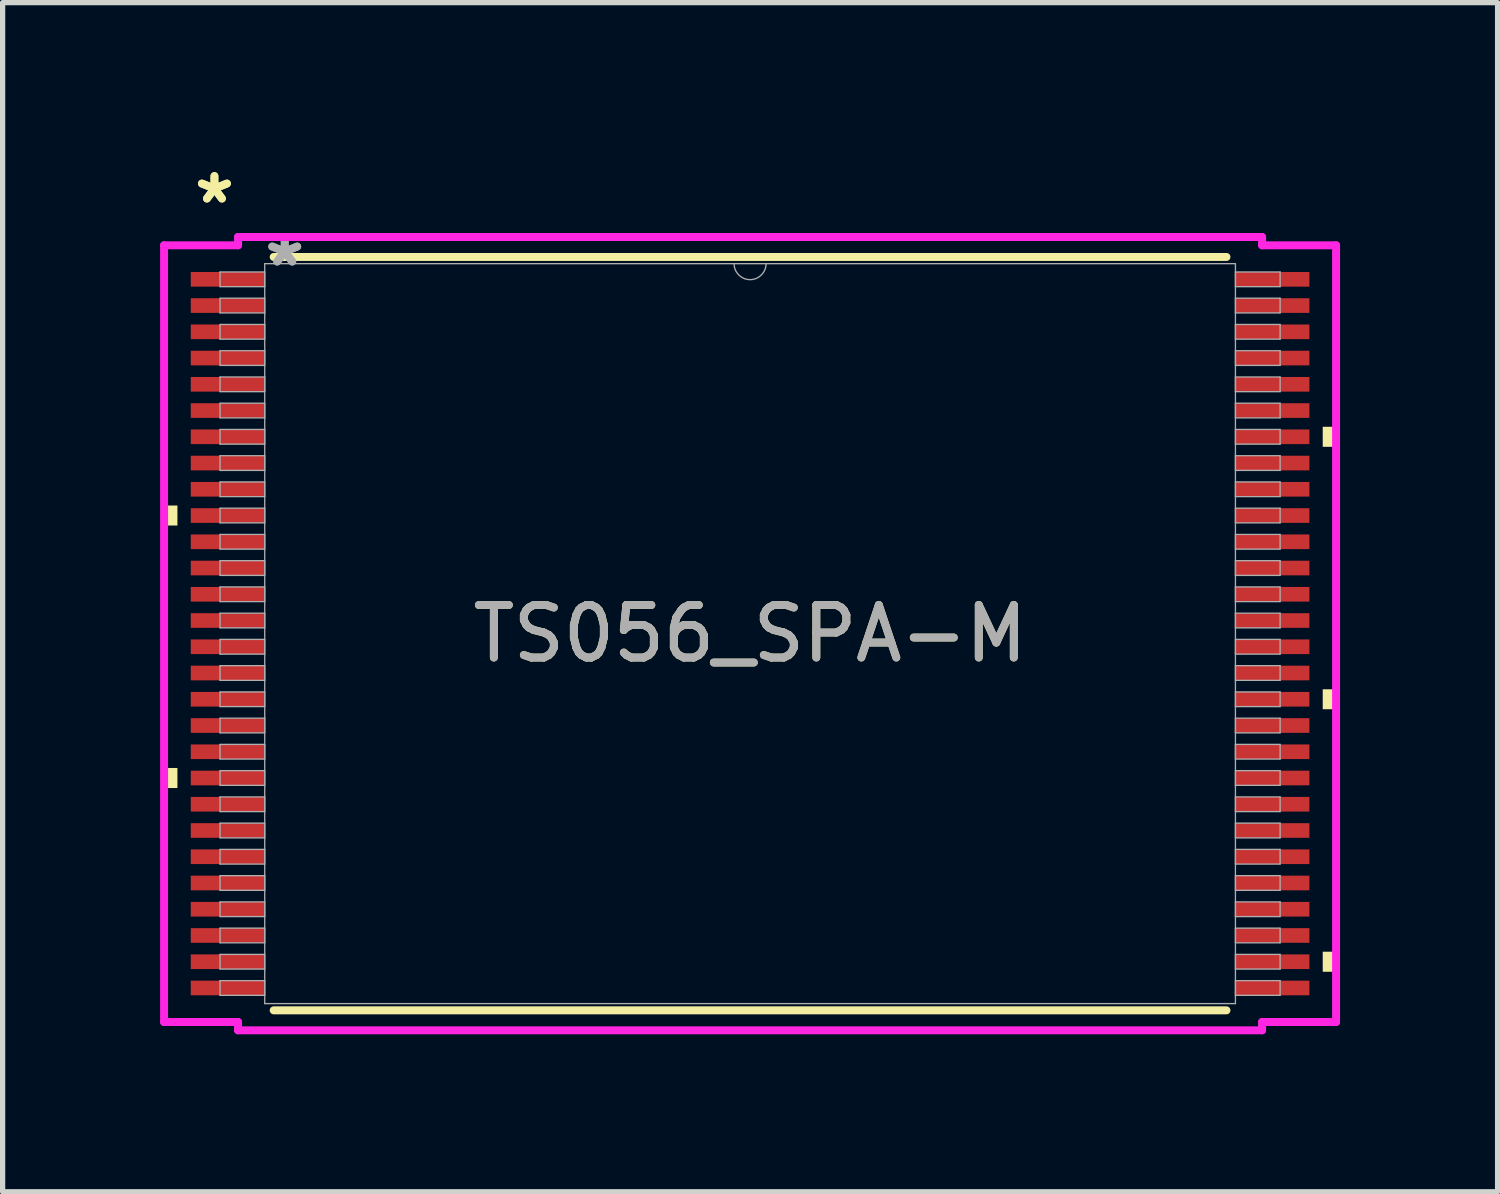
<source format=kicad_pcb>
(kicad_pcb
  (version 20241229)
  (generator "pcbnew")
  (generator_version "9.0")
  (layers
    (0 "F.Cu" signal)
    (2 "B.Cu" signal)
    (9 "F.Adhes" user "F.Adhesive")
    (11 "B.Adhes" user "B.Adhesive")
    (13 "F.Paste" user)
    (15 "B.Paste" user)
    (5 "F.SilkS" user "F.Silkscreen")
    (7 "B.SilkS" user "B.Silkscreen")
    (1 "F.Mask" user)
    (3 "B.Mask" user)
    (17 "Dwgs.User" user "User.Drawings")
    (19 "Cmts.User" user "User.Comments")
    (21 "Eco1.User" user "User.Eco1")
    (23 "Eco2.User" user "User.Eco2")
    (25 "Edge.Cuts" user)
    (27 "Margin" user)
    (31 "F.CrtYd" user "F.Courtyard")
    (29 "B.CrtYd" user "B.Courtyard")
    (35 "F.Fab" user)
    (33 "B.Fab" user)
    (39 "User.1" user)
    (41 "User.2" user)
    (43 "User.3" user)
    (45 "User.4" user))
  (footprint "TS056_SPA-M"
    (layer "F.Cu")
    (at 11.239 9.021)
    (property "Reference" "TS056_SPA-M" (at 0 0 0) (unlocked yes) (layer "F.SilkS") (effects (font (size 1 1) (thickness 0.15))))
    (attr smd)
    (fp_line (start -9.075 7.176) (end 9.075 7.176) (stroke (width 0.152) (type solid)) (layer "F.SilkS"))
    (fp_line (start 9.075 -7.176) (end -9.075 -7.176) (stroke (width 0.152) (type solid)) (layer "F.SilkS"))
    (fp_poly (pts (xy -11.163 -2.441) (xy -11.163 -2.06) (xy -10.909 -2.06) (xy -10.909 -2.441)) (stroke (width 0) (type solid)) (fill yes) (layer "F.SilkS"))
    (fp_poly (pts (xy -11.163 2.559) (xy -11.163 2.941) (xy -10.909 2.941) (xy -10.909 2.559)) (stroke (width 0) (type solid)) (fill yes) (layer "F.SilkS"))
    (fp_poly (pts (xy 11.163 -3.941) (xy 11.163 -3.559) (xy 10.909 -3.559) (xy 10.909 -3.941)) (stroke (width 0) (type solid)) (fill yes) (layer "F.SilkS"))
    (fp_poly (pts (xy 11.163 1.06) (xy 11.163 1.44) (xy 10.909 1.44) (xy 10.909 1.06)) (stroke (width 0) (type solid)) (fill yes) (layer "F.SilkS"))
    (fp_poly (pts (xy 11.163 6.059) (xy 11.163 6.441) (xy 10.909 6.441) (xy 10.909 6.059)) (stroke (width 0) (type solid)) (fill yes) (layer "F.SilkS"))
    (fp_line (start -11.163 -7.398) (end -9.754 -7.398) (stroke (width 0.152) (type solid)) (layer "F.CrtYd"))
    (fp_line (start -11.163 7.398) (end -11.163 -7.398) (stroke (width 0.152) (type solid)) (layer "F.CrtYd"))
    (fp_line (start -11.163 7.398) (end -9.754 7.398) (stroke (width 0.152) (type solid)) (layer "F.CrtYd"))
    (fp_line (start -9.754 -7.556) (end 9.754 -7.556) (stroke (width 0.152) (type solid)) (layer "F.CrtYd"))
    (fp_line (start -9.754 -7.398) (end -9.754 -7.556) (stroke (width 0.152) (type solid)) (layer "F.CrtYd"))
    (fp_line (start -9.754 7.556) (end -9.754 7.398) (stroke (width 0.152) (type solid)) (layer "F.CrtYd"))
    (fp_line (start 9.754 -7.556) (end 9.754 -7.398) (stroke (width 0.152) (type solid)) (layer "F.CrtYd"))
    (fp_line (start 9.754 7.398) (end 9.754 7.556) (stroke (width 0.152) (type solid)) (layer "F.CrtYd"))
    (fp_line (start 9.754 7.556) (end -9.754 7.556) (stroke (width 0.152) (type solid)) (layer "F.CrtYd"))
    (fp_line (start 11.163 -7.398) (end 9.754 -7.398) (stroke (width 0.152) (type solid)) (layer "F.CrtYd"))
    (fp_line (start 11.163 -7.398) (end 11.163 7.398) (stroke (width 0.152) (type solid)) (layer "F.CrtYd"))
    (fp_line (start 11.163 7.398) (end 9.754 7.398) (stroke (width 0.152) (type solid)) (layer "F.CrtYd"))
    (fp_line (start -10.097 -6.89) (end -10.097 -6.61) (stroke (width 0.025) (type solid)) (layer "F.Fab"))
    (fp_line (start -10.097 -6.61) (end -9.246 -6.61) (stroke (width 0.025) (type solid)) (layer "F.Fab"))
    (fp_line (start -10.097 -6.39) (end -10.097 -6.11) (stroke (width 0.025) (type solid)) (layer "F.Fab"))
    (fp_line (start -10.097 -6.11) (end -9.246 -6.11) (stroke (width 0.025) (type solid)) (layer "F.Fab"))
    (fp_line (start -10.097 -5.89) (end -10.097 -5.61) (stroke (width 0.025) (type solid)) (layer "F.Fab"))
    (fp_line (start -10.097 -5.61) (end -9.246 -5.61) (stroke (width 0.025) (type solid)) (layer "F.Fab"))
    (fp_line (start -10.097 -5.39) (end -10.097 -5.11) (stroke (width 0.025) (type solid)) (layer "F.Fab"))
    (fp_line (start -10.097 -5.11) (end -9.246 -5.11) (stroke (width 0.025) (type solid)) (layer "F.Fab"))
    (fp_line (start -10.097 -4.89) (end -10.097 -4.61) (stroke (width 0.025) (type solid)) (layer "F.Fab"))
    (fp_line (start -10.097 -4.61) (end -9.246 -4.61) (stroke (width 0.025) (type solid)) (layer "F.Fab"))
    (fp_line (start -10.097 -4.39) (end -10.097 -4.11) (stroke (width 0.025) (type solid)) (layer "F.Fab"))
    (fp_line (start -10.097 -4.11) (end -9.246 -4.11) (stroke (width 0.025) (type solid)) (layer "F.Fab"))
    (fp_line (start -10.097 -3.89) (end -10.097 -3.61) (stroke (width 0.025) (type solid)) (layer "F.Fab"))
    (fp_line (start -10.097 -3.61) (end -9.246 -3.61) (stroke (width 0.025) (type solid)) (layer "F.Fab"))
    (fp_line (start -10.097 -3.39) (end -10.097 -3.11) (stroke (width 0.025) (type solid)) (layer "F.Fab"))
    (fp_line (start -10.097 -3.11) (end -9.246 -3.11) (stroke (width 0.025) (type solid)) (layer "F.Fab"))
    (fp_line (start -10.097 -2.89) (end -10.097 -2.61) (stroke (width 0.025) (type solid)) (layer "F.Fab"))
    (fp_line (start -10.097 -2.61) (end -9.246 -2.61) (stroke (width 0.025) (type solid)) (layer "F.Fab"))
    (fp_line (start -10.097 -2.39) (end -10.097 -2.11) (stroke (width 0.025) (type solid)) (layer "F.Fab"))
    (fp_line (start -10.097 -2.11) (end -9.246 -2.11) (stroke (width 0.025) (type solid)) (layer "F.Fab"))
    (fp_line (start -10.097 -1.89) (end -10.097 -1.61) (stroke (width 0.025) (type solid)) (layer "F.Fab"))
    (fp_line (start -10.097 -1.61) (end -9.246 -1.61) (stroke (width 0.025) (type solid)) (layer "F.Fab"))
    (fp_line (start -10.097 -1.39) (end -10.097 -1.11) (stroke (width 0.025) (type solid)) (layer "F.Fab"))
    (fp_line (start -10.097 -1.11) (end -9.246 -1.11) (stroke (width 0.025) (type solid)) (layer "F.Fab"))
    (fp_line (start -10.097 -0.89) (end -10.097 -0.61) (stroke (width 0.025) (type solid)) (layer "F.Fab"))
    (fp_line (start -10.097 -0.61) (end -9.246 -0.61) (stroke (width 0.025) (type solid)) (layer "F.Fab"))
    (fp_line (start -10.097 -0.39) (end -10.097 -0.11) (stroke (width 0.025) (type solid)) (layer "F.Fab"))
    (fp_line (start -10.097 -0.11) (end -9.246 -0.11) (stroke (width 0.025) (type solid)) (layer "F.Fab"))
    (fp_line (start -10.097 0.11) (end -10.097 0.39) (stroke (width 0.025) (type solid)) (layer "F.Fab"))
    (fp_line (start -10.097 0.39) (end -9.246 0.39) (stroke (width 0.025) (type solid)) (layer "F.Fab"))
    (fp_line (start -10.097 0.61) (end -10.097 0.89) (stroke (width 0.025) (type solid)) (layer "F.Fab"))
    (fp_line (start -10.097 0.89) (end -9.246 0.89) (stroke (width 0.025) (type solid)) (layer "F.Fab"))
    (fp_line (start -10.097 1.11) (end -10.097 1.39) (stroke (width 0.025) (type solid)) (layer "F.Fab"))
    (fp_line (start -10.097 1.39) (end -9.246 1.39) (stroke (width 0.025) (type solid)) (layer "F.Fab"))
    (fp_line (start -10.097 1.61) (end -10.097 1.89) (stroke (width 0.025) (type solid)) (layer "F.Fab"))
    (fp_line (start -10.097 1.89) (end -9.246 1.89) (stroke (width 0.025) (type solid)) (layer "F.Fab"))
    (fp_line (start -10.097 2.11) (end -10.097 2.39) (stroke (width 0.025) (type solid)) (layer "F.Fab"))
    (fp_line (start -10.097 2.39) (end -9.246 2.39) (stroke (width 0.025) (type solid)) (layer "F.Fab"))
    (fp_line (start -10.097 2.61) (end -10.097 2.89) (stroke (width 0.025) (type solid)) (layer "F.Fab"))
    (fp_line (start -10.097 2.89) (end -9.246 2.89) (stroke (width 0.025) (type solid)) (layer "F.Fab"))
    (fp_line (start -10.097 3.11) (end -10.097 3.39) (stroke (width 0.025) (type solid)) (layer "F.Fab"))
    (fp_line (start -10.097 3.39) (end -9.246 3.39) (stroke (width 0.025) (type solid)) (layer "F.Fab"))
    (fp_line (start -10.097 3.61) (end -10.097 3.89) (stroke (width 0.025) (type solid)) (layer "F.Fab"))
    (fp_line (start -10.097 3.89) (end -9.246 3.89) (stroke (width 0.025) (type solid)) (layer "F.Fab"))
    (fp_line (start -10.097 4.11) (end -10.097 4.39) (stroke (width 0.025) (type solid)) (layer "F.Fab"))
    (fp_line (start -10.097 4.39) (end -9.246 4.39) (stroke (width 0.025) (type solid)) (layer "F.Fab"))
    (fp_line (start -10.097 4.61) (end -10.097 4.89) (stroke (width 0.025) (type solid)) (layer "F.Fab"))
    (fp_line (start -10.097 4.89) (end -9.246 4.89) (stroke (width 0.025) (type solid)) (layer "F.Fab"))
    (fp_line (start -10.097 5.11) (end -10.097 5.39) (stroke (width 0.025) (type solid)) (layer "F.Fab"))
    (fp_line (start -10.097 5.39) (end -9.246 5.39) (stroke (width 0.025) (type solid)) (layer "F.Fab"))
    (fp_line (start -10.097 5.61) (end -10.097 5.89) (stroke (width 0.025) (type solid)) (layer "F.Fab"))
    (fp_line (start -10.097 5.89) (end -9.246 5.89) (stroke (width 0.025) (type solid)) (layer "F.Fab"))
    (fp_line (start -10.097 6.11) (end -10.097 6.39) (stroke (width 0.025) (type solid)) (layer "F.Fab"))
    (fp_line (start -10.097 6.39) (end -9.246 6.39) (stroke (width 0.025) (type solid)) (layer "F.Fab"))
    (fp_line (start -10.097 6.61) (end -10.097 6.89) (stroke (width 0.025) (type solid)) (layer "F.Fab"))
    (fp_line (start -10.097 6.89) (end -9.246 6.89) (stroke (width 0.025) (type solid)) (layer "F.Fab"))
    (fp_line (start -9.246 -7.048) (end -9.246 7.048) (stroke (width 0.025) (type solid)) (layer "F.Fab"))
    (fp_line (start -9.246 -6.89) (end -10.097 -6.89) (stroke (width 0.025) (type solid)) (layer "F.Fab"))
    (fp_line (start -9.246 -6.61) (end -9.246 -6.89) (stroke (width 0.025) (type solid)) (layer "F.Fab"))
    (fp_line (start -9.246 -6.39) (end -10.097 -6.39) (stroke (width 0.025) (type solid)) (layer "F.Fab"))
    (fp_line (start -9.246 -6.11) (end -9.246 -6.39) (stroke (width 0.025) (type solid)) (layer "F.Fab"))
    (fp_line (start -9.246 -5.89) (end -10.097 -5.89) (stroke (width 0.025) (type solid)) (layer "F.Fab"))
    (fp_line (start -9.246 -5.61) (end -9.246 -5.89) (stroke (width 0.025) (type solid)) (layer "F.Fab"))
    (fp_line (start -9.246 -5.39) (end -10.097 -5.39) (stroke (width 0.025) (type solid)) (layer "F.Fab"))
    (fp_line (start -9.246 -5.11) (end -9.246 -5.39) (stroke (width 0.025) (type solid)) (layer "F.Fab"))
    (fp_line (start -9.246 -4.89) (end -10.097 -4.89) (stroke (width 0.025) (type solid)) (layer "F.Fab"))
    (fp_line (start -9.246 -4.61) (end -9.246 -4.89) (stroke (width 0.025) (type solid)) (layer "F.Fab"))
    (fp_line (start -9.246 -4.39) (end -10.097 -4.39) (stroke (width 0.025) (type solid)) (layer "F.Fab"))
    (fp_line (start -9.246 -4.11) (end -9.246 -4.39) (stroke (width 0.025) (type solid)) (layer "F.Fab"))
    (fp_line (start -9.246 -3.89) (end -10.097 -3.89) (stroke (width 0.025) (type solid)) (layer "F.Fab"))
    (fp_line (start -9.246 -3.61) (end -9.246 -3.89) (stroke (width 0.025) (type solid)) (layer "F.Fab"))
    (fp_line (start -9.246 -3.39) (end -10.097 -3.39) (stroke (width 0.025) (type solid)) (layer "F.Fab"))
    (fp_line (start -9.246 -3.11) (end -9.246 -3.39) (stroke (width 0.025) (type solid)) (layer "F.Fab"))
    (fp_line (start -9.246 -2.89) (end -10.097 -2.89) (stroke (width 0.025) (type solid)) (layer "F.Fab"))
    (fp_line (start -9.246 -2.61) (end -9.246 -2.89) (stroke (width 0.025) (type solid)) (layer "F.Fab"))
    (fp_line (start -9.246 -2.39) (end -10.097 -2.39) (stroke (width 0.025) (type solid)) (layer "F.Fab"))
    (fp_line (start -9.246 -2.11) (end -9.246 -2.39) (stroke (width 0.025) (type solid)) (layer "F.Fab"))
    (fp_line (start -9.246 -1.89) (end -10.097 -1.89) (stroke (width 0.025) (type solid)) (layer "F.Fab"))
    (fp_line (start -9.246 -1.61) (end -9.246 -1.89) (stroke (width 0.025) (type solid)) (layer "F.Fab"))
    (fp_line (start -9.246 -1.39) (end -10.097 -1.39) (stroke (width 0.025) (type solid)) (layer "F.Fab"))
    (fp_line (start -9.246 -1.11) (end -9.246 -1.39) (stroke (width 0.025) (type solid)) (layer "F.Fab"))
    (fp_line (start -9.246 -0.89) (end -10.097 -0.89) (stroke (width 0.025) (type solid)) (layer "F.Fab"))
    (fp_line (start -9.246 -0.61) (end -9.246 -0.89) (stroke (width 0.025) (type solid)) (layer "F.Fab"))
    (fp_line (start -9.246 -0.39) (end -10.097 -0.39) (stroke (width 0.025) (type solid)) (layer "F.Fab"))
    (fp_line (start -9.246 -0.11) (end -9.246 -0.39) (stroke (width 0.025) (type solid)) (layer "F.Fab"))
    (fp_line (start -9.246 0.11) (end -10.097 0.11) (stroke (width 0.025) (type solid)) (layer "F.Fab"))
    (fp_line (start -9.246 0.39) (end -9.246 0.11) (stroke (width 0.025) (type solid)) (layer "F.Fab"))
    (fp_line (start -9.246 0.61) (end -10.097 0.61) (stroke (width 0.025) (type solid)) (layer "F.Fab"))
    (fp_line (start -9.246 0.89) (end -9.246 0.61) (stroke (width 0.025) (type solid)) (layer "F.Fab"))
    (fp_line (start -9.246 1.11) (end -10.097 1.11) (stroke (width 0.025) (type solid)) (layer "F.Fab"))
    (fp_line (start -9.246 1.39) (end -9.246 1.11) (stroke (width 0.025) (type solid)) (layer "F.Fab"))
    (fp_line (start -9.246 1.61) (end -10.097 1.61) (stroke (width 0.025) (type solid)) (layer "F.Fab"))
    (fp_line (start -9.246 1.89) (end -9.246 1.61) (stroke (width 0.025) (type solid)) (layer "F.Fab"))
    (fp_line (start -9.246 2.11) (end -10.097 2.11) (stroke (width 0.025) (type solid)) (layer "F.Fab"))
    (fp_line (start -9.246 2.39) (end -9.246 2.11) (stroke (width 0.025) (type solid)) (layer "F.Fab"))
    (fp_line (start -9.246 2.61) (end -10.097 2.61) (stroke (width 0.025) (type solid)) (layer "F.Fab"))
    (fp_line (start -9.246 2.89) (end -9.246 2.61) (stroke (width 0.025) (type solid)) (layer "F.Fab"))
    (fp_line (start -9.246 3.11) (end -10.097 3.11) (stroke (width 0.025) (type solid)) (layer "F.Fab"))
    (fp_line (start -9.246 3.39) (end -9.246 3.11) (stroke (width 0.025) (type solid)) (layer "F.Fab"))
    (fp_line (start -9.246 3.61) (end -10.097 3.61) (stroke (width 0.025) (type solid)) (layer "F.Fab"))
    (fp_line (start -9.246 3.89) (end -9.246 3.61) (stroke (width 0.025) (type solid)) (layer "F.Fab"))
    (fp_line (start -9.246 4.11) (end -10.097 4.11) (stroke (width 0.025) (type solid)) (layer "F.Fab"))
    (fp_line (start -9.246 4.39) (end -9.246 4.11) (stroke (width 0.025) (type solid)) (layer "F.Fab"))
    (fp_line (start -9.246 4.61) (end -10.097 4.61) (stroke (width 0.025) (type solid)) (layer "F.Fab"))
    (fp_line (start -9.246 4.89) (end -9.246 4.61) (stroke (width 0.025) (type solid)) (layer "F.Fab"))
    (fp_line (start -9.246 5.11) (end -10.097 5.11) (stroke (width 0.025) (type solid)) (layer "F.Fab"))
    (fp_line (start -9.246 5.39) (end -9.246 5.11) (stroke (width 0.025) (type solid)) (layer "F.Fab"))
    (fp_line (start -9.246 5.61) (end -10.097 5.61) (stroke (width 0.025) (type solid)) (layer "F.Fab"))
    (fp_line (start -9.246 5.89) (end -9.246 5.61) (stroke (width 0.025) (type solid)) (layer "F.Fab"))
    (fp_line (start -9.246 6.11) (end -10.097 6.11) (stroke (width 0.025) (type solid)) (layer "F.Fab"))
    (fp_line (start -9.246 6.39) (end -9.246 6.11) (stroke (width 0.025) (type solid)) (layer "F.Fab"))
    (fp_line (start -9.246 6.61) (end -10.097 6.61) (stroke (width 0.025) (type solid)) (layer "F.Fab"))
    (fp_line (start -9.246 6.89) (end -9.246 6.61) (stroke (width 0.025) (type solid)) (layer "F.Fab"))
    (fp_line (start -9.246 7.048) (end 9.246 7.048) (stroke (width 0.025) (type solid)) (layer "F.Fab"))
    (fp_line (start 9.246 -7.048) (end -9.246 -7.048) (stroke (width 0.025) (type solid)) (layer "F.Fab"))
    (fp_line (start 9.246 -6.89) (end 9.246 -6.61) (stroke (width 0.025) (type solid)) (layer "F.Fab"))
    (fp_line (start 9.246 -6.61) (end 10.097 -6.61) (stroke (width 0.025) (type solid)) (layer "F.Fab"))
    (fp_line (start 9.246 -6.39) (end 9.246 -6.11) (stroke (width 0.025) (type solid)) (layer "F.Fab"))
    (fp_line (start 9.246 -6.11) (end 10.097 -6.11) (stroke (width 0.025) (type solid)) (layer "F.Fab"))
    (fp_line (start 9.246 -5.89) (end 9.246 -5.61) (stroke (width 0.025) (type solid)) (layer "F.Fab"))
    (fp_line (start 9.246 -5.61) (end 10.097 -5.61) (stroke (width 0.025) (type solid)) (layer "F.Fab"))
    (fp_line (start 9.246 -5.39) (end 9.246 -5.11) (stroke (width 0.025) (type solid)) (layer "F.Fab"))
    (fp_line (start 9.246 -5.11) (end 10.097 -5.11) (stroke (width 0.025) (type solid)) (layer "F.Fab"))
    (fp_line (start 9.246 -4.89) (end 9.246 -4.61) (stroke (width 0.025) (type solid)) (layer "F.Fab"))
    (fp_line (start 9.246 -4.61) (end 10.097 -4.61) (stroke (width 0.025) (type solid)) (layer "F.Fab"))
    (fp_line (start 9.246 -4.39) (end 9.246 -4.11) (stroke (width 0.025) (type solid)) (layer "F.Fab"))
    (fp_line (start 9.246 -4.11) (end 10.097 -4.11) (stroke (width 0.025) (type solid)) (layer "F.Fab"))
    (fp_line (start 9.246 -3.89) (end 9.246 -3.61) (stroke (width 0.025) (type solid)) (layer "F.Fab"))
    (fp_line (start 9.246 -3.61) (end 10.097 -3.61) (stroke (width 0.025) (type solid)) (layer "F.Fab"))
    (fp_line (start 9.246 -3.39) (end 9.246 -3.11) (stroke (width 0.025) (type solid)) (layer "F.Fab"))
    (fp_line (start 9.246 -3.11) (end 10.097 -3.11) (stroke (width 0.025) (type solid)) (layer "F.Fab"))
    (fp_line (start 9.246 -2.89) (end 9.246 -2.61) (stroke (width 0.025) (type solid)) (layer "F.Fab"))
    (fp_line (start 9.246 -2.61) (end 10.097 -2.61) (stroke (width 0.025) (type solid)) (layer "F.Fab"))
    (fp_line (start 9.246 -2.39) (end 9.246 -2.11) (stroke (width 0.025) (type solid)) (layer "F.Fab"))
    (fp_line (start 9.246 -2.11) (end 10.097 -2.11) (stroke (width 0.025) (type solid)) (layer "F.Fab"))
    (fp_line (start 9.246 -1.89) (end 9.246 -1.61) (stroke (width 0.025) (type solid)) (layer "F.Fab"))
    (fp_line (start 9.246 -1.61) (end 10.097 -1.61) (stroke (width 0.025) (type solid)) (layer "F.Fab"))
    (fp_line (start 9.246 -1.39) (end 9.246 -1.11) (stroke (width 0.025) (type solid)) (layer "F.Fab"))
    (fp_line (start 9.246 -1.11) (end 10.097 -1.11) (stroke (width 0.025) (type solid)) (layer "F.Fab"))
    (fp_line (start 9.246 -0.89) (end 9.246 -0.61) (stroke (width 0.025) (type solid)) (layer "F.Fab"))
    (fp_line (start 9.246 -0.61) (end 10.097 -0.61) (stroke (width 0.025) (type solid)) (layer "F.Fab"))
    (fp_line (start 9.246 -0.39) (end 9.246 -0.11) (stroke (width 0.025) (type solid)) (layer "F.Fab"))
    (fp_line (start 9.246 -0.11) (end 10.097 -0.11) (stroke (width 0.025) (type solid)) (layer "F.Fab"))
    (fp_line (start 9.246 0.11) (end 9.246 0.39) (stroke (width 0.025) (type solid)) (layer "F.Fab"))
    (fp_line (start 9.246 0.39) (end 10.097 0.39) (stroke (width 0.025) (type solid)) (layer "F.Fab"))
    (fp_line (start 9.246 0.61) (end 9.246 0.89) (stroke (width 0.025) (type solid)) (layer "F.Fab"))
    (fp_line (start 9.246 0.89) (end 10.097 0.89) (stroke (width 0.025) (type solid)) (layer "F.Fab"))
    (fp_line (start 9.246 1.11) (end 9.246 1.39) (stroke (width 0.025) (type solid)) (layer "F.Fab"))
    (fp_line (start 9.246 1.39) (end 10.097 1.39) (stroke (width 0.025) (type solid)) (layer "F.Fab"))
    (fp_line (start 9.246 1.61) (end 9.246 1.89) (stroke (width 0.025) (type solid)) (layer "F.Fab"))
    (fp_line (start 9.246 1.89) (end 10.097 1.89) (stroke (width 0.025) (type solid)) (layer "F.Fab"))
    (fp_line (start 9.246 2.11) (end 9.246 2.39) (stroke (width 0.025) (type solid)) (layer "F.Fab"))
    (fp_line (start 9.246 2.39) (end 10.097 2.39) (stroke (width 0.025) (type solid)) (layer "F.Fab"))
    (fp_line (start 9.246 2.61) (end 9.246 2.89) (stroke (width 0.025) (type solid)) (layer "F.Fab"))
    (fp_line (start 9.246 2.89) (end 10.097 2.89) (stroke (width 0.025) (type solid)) (layer "F.Fab"))
    (fp_line (start 9.246 3.11) (end 9.246 3.39) (stroke (width 0.025) (type solid)) (layer "F.Fab"))
    (fp_line (start 9.246 3.39) (end 10.097 3.39) (stroke (width 0.025) (type solid)) (layer "F.Fab"))
    (fp_line (start 9.246 3.61) (end 9.246 3.89) (stroke (width 0.025) (type solid)) (layer "F.Fab"))
    (fp_line (start 9.246 3.89) (end 10.097 3.89) (stroke (width 0.025) (type solid)) (layer "F.Fab"))
    (fp_line (start 9.246 4.11) (end 9.246 4.39) (stroke (width 0.025) (type solid)) (layer "F.Fab"))
    (fp_line (start 9.246 4.39) (end 10.097 4.39) (stroke (width 0.025) (type solid)) (layer "F.Fab"))
    (fp_line (start 9.246 4.61) (end 9.246 4.89) (stroke (width 0.025) (type solid)) (layer "F.Fab"))
    (fp_line (start 9.246 4.89) (end 10.097 4.89) (stroke (width 0.025) (type solid)) (layer "F.Fab"))
    (fp_line (start 9.246 5.11) (end 9.246 5.39) (stroke (width 0.025) (type solid)) (layer "F.Fab"))
    (fp_line (start 9.246 5.39) (end 10.097 5.39) (stroke (width 0.025) (type solid)) (layer "F.Fab"))
    (fp_line (start 9.246 5.61) (end 9.246 5.89) (stroke (width 0.025) (type solid)) (layer "F.Fab"))
    (fp_line (start 9.246 5.89) (end 10.097 5.89) (stroke (width 0.025) (type solid)) (layer "F.Fab"))
    (fp_line (start 9.246 6.11) (end 9.246 6.39) (stroke (width 0.025) (type solid)) (layer "F.Fab"))
    (fp_line (start 9.246 6.39) (end 10.097 6.39) (stroke (width 0.025) (type solid)) (layer "F.Fab"))
    (fp_line (start 9.246 6.61) (end 9.246 6.89) (stroke (width 0.025) (type solid)) (layer "F.Fab"))
    (fp_line (start 9.246 6.89) (end 10.097 6.89) (stroke (width 0.025) (type solid)) (layer "F.Fab"))
    (fp_line (start 9.246 7.048) (end 9.246 -7.048) (stroke (width 0.025) (type solid)) (layer "F.Fab"))
    (fp_line (start 10.097 -6.89) (end 9.246 -6.89) (stroke (width 0.025) (type solid)) (layer "F.Fab"))
    (fp_line (start 10.097 -6.61) (end 10.097 -6.89) (stroke (width 0.025) (type solid)) (layer "F.Fab"))
    (fp_line (start 10.097 -6.39) (end 9.246 -6.39) (stroke (width 0.025) (type solid)) (layer "F.Fab"))
    (fp_line (start 10.097 -6.11) (end 10.097 -6.39) (stroke (width 0.025) (type solid)) (layer "F.Fab"))
    (fp_line (start 10.097 -5.89) (end 9.246 -5.89) (stroke (width 0.025) (type solid)) (layer "F.Fab"))
    (fp_line (start 10.097 -5.61) (end 10.097 -5.89) (stroke (width 0.025) (type solid)) (layer "F.Fab"))
    (fp_line (start 10.097 -5.39) (end 9.246 -5.39) (stroke (width 0.025) (type solid)) (layer "F.Fab"))
    (fp_line (start 10.097 -5.11) (end 10.097 -5.39) (stroke (width 0.025) (type solid)) (layer "F.Fab"))
    (fp_line (start 10.097 -4.89) (end 9.246 -4.89) (stroke (width 0.025) (type solid)) (layer "F.Fab"))
    (fp_line (start 10.097 -4.61) (end 10.097 -4.89) (stroke (width 0.025) (type solid)) (layer "F.Fab"))
    (fp_line (start 10.097 -4.39) (end 9.246 -4.39) (stroke (width 0.025) (type solid)) (layer "F.Fab"))
    (fp_line (start 10.097 -4.11) (end 10.097 -4.39) (stroke (width 0.025) (type solid)) (layer "F.Fab"))
    (fp_line (start 10.097 -3.89) (end 9.246 -3.89) (stroke (width 0.025) (type solid)) (layer "F.Fab"))
    (fp_line (start 10.097 -3.61) (end 10.097 -3.89) (stroke (width 0.025) (type solid)) (layer "F.Fab"))
    (fp_line (start 10.097 -3.39) (end 9.246 -3.39) (stroke (width 0.025) (type solid)) (layer "F.Fab"))
    (fp_line (start 10.097 -3.11) (end 10.097 -3.39) (stroke (width 0.025) (type solid)) (layer "F.Fab"))
    (fp_line (start 10.097 -2.89) (end 9.246 -2.89) (stroke (width 0.025) (type solid)) (layer "F.Fab"))
    (fp_line (start 10.097 -2.61) (end 10.097 -2.89) (stroke (width 0.025) (type solid)) (layer "F.Fab"))
    (fp_line (start 10.097 -2.39) (end 9.246 -2.39) (stroke (width 0.025) (type solid)) (layer "F.Fab"))
    (fp_line (start 10.097 -2.11) (end 10.097 -2.39) (stroke (width 0.025) (type solid)) (layer "F.Fab"))
    (fp_line (start 10.097 -1.89) (end 9.246 -1.89) (stroke (width 0.025) (type solid)) (layer "F.Fab"))
    (fp_line (start 10.097 -1.61) (end 10.097 -1.89) (stroke (width 0.025) (type solid)) (layer "F.Fab"))
    (fp_line (start 10.097 -1.39) (end 9.246 -1.39) (stroke (width 0.025) (type solid)) (layer "F.Fab"))
    (fp_line (start 10.097 -1.11) (end 10.097 -1.39) (stroke (width 0.025) (type solid)) (layer "F.Fab"))
    (fp_line (start 10.097 -0.89) (end 9.246 -0.89) (stroke (width 0.025) (type solid)) (layer "F.Fab"))
    (fp_line (start 10.097 -0.61) (end 10.097 -0.89) (stroke (width 0.025) (type solid)) (layer "F.Fab"))
    (fp_line (start 10.097 -0.39) (end 9.246 -0.39) (stroke (width 0.025) (type solid)) (layer "F.Fab"))
    (fp_line (start 10.097 -0.11) (end 10.097 -0.39) (stroke (width 0.025) (type solid)) (layer "F.Fab"))
    (fp_line (start 10.097 0.11) (end 9.246 0.11) (stroke (width 0.025) (type solid)) (layer "F.Fab"))
    (fp_line (start 10.097 0.39) (end 10.097 0.11) (stroke (width 0.025) (type solid)) (layer "F.Fab"))
    (fp_line (start 10.097 0.61) (end 9.246 0.61) (stroke (width 0.025) (type solid)) (layer "F.Fab"))
    (fp_line (start 10.097 0.89) (end 10.097 0.61) (stroke (width 0.025) (type solid)) (layer "F.Fab"))
    (fp_line (start 10.097 1.11) (end 9.246 1.11) (stroke (width 0.025) (type solid)) (layer "F.Fab"))
    (fp_line (start 10.097 1.39) (end 10.097 1.11) (stroke (width 0.025) (type solid)) (layer "F.Fab"))
    (fp_line (start 10.097 1.61) (end 9.246 1.61) (stroke (width 0.025) (type solid)) (layer "F.Fab"))
    (fp_line (start 10.097 1.89) (end 10.097 1.61) (stroke (width 0.025) (type solid)) (layer "F.Fab"))
    (fp_line (start 10.097 2.11) (end 9.246 2.11) (stroke (width 0.025) (type solid)) (layer "F.Fab"))
    (fp_line (start 10.097 2.39) (end 10.097 2.11) (stroke (width 0.025) (type solid)) (layer "F.Fab"))
    (fp_line (start 10.097 2.61) (end 9.246 2.61) (stroke (width 0.025) (type solid)) (layer "F.Fab"))
    (fp_line (start 10.097 2.89) (end 10.097 2.61) (stroke (width 0.025) (type solid)) (layer "F.Fab"))
    (fp_line (start 10.097 3.11) (end 9.246 3.11) (stroke (width 0.025) (type solid)) (layer "F.Fab"))
    (fp_line (start 10.097 3.39) (end 10.097 3.11) (stroke (width 0.025) (type solid)) (layer "F.Fab"))
    (fp_line (start 10.097 3.61) (end 9.246 3.61) (stroke (width 0.025) (type solid)) (layer "F.Fab"))
    (fp_line (start 10.097 3.89) (end 10.097 3.61) (stroke (width 0.025) (type solid)) (layer "F.Fab"))
    (fp_line (start 10.097 4.11) (end 9.246 4.11) (stroke (width 0.025) (type solid)) (layer "F.Fab"))
    (fp_line (start 10.097 4.39) (end 10.097 4.11) (stroke (width 0.025) (type solid)) (layer "F.Fab"))
    (fp_line (start 10.097 4.61) (end 9.246 4.61) (stroke (width 0.025) (type solid)) (layer "F.Fab"))
    (fp_line (start 10.097 4.89) (end 10.097 4.61) (stroke (width 0.025) (type solid)) (layer "F.Fab"))
    (fp_line (start 10.097 5.11) (end 9.246 5.11) (stroke (width 0.025) (type solid)) (layer "F.Fab"))
    (fp_line (start 10.097 5.39) (end 10.097 5.11) (stroke (width 0.025) (type solid)) (layer "F.Fab"))
    (fp_line (start 10.097 5.61) (end 9.246 5.61) (stroke (width 0.025) (type solid)) (layer "F.Fab"))
    (fp_line (start 10.097 5.89) (end 10.097 5.61) (stroke (width 0.025) (type solid)) (layer "F.Fab"))
    (fp_line (start 10.097 6.11) (end 9.246 6.11) (stroke (width 0.025) (type solid)) (layer "F.Fab"))
    (fp_line (start 10.097 6.39) (end 10.097 6.11) (stroke (width 0.025) (type solid)) (layer "F.Fab"))
    (fp_line (start 10.097 6.61) (end 9.246 6.61) (stroke (width 0.025) (type solid)) (layer "F.Fab"))
    (fp_line (start 10.097 6.89) (end 10.097 6.61) (stroke (width 0.025) (type solid)) (layer "F.Fab"))
    (fp_arc (start 0.3048 -7.0485) (mid 0 -6.7437) (end -0.3048 -7.0485) (stroke (width 0.0254) (type solid)) (layer "F.Fab"))
    (fp_text user "*" (at -10.204 -8.172 0) (layer "F.SilkS") (effects (font (size 1 1) (thickness 0.15))))
    (fp_text user "*" (at -10.204 -8.172 0) (unlocked yes) (layer "F.SilkS") (effects (font (size 1 1) (thickness 0.15))))
    (fp_text user "*" (at -8.865 -6.972 0) (layer "F.Fab") (effects (font (size 1 1) (thickness 0.15))))
    (fp_text user "*" (at -8.865 -6.972 0) (unlocked yes) (layer "F.Fab") (effects (font (size 1 1) (thickness 0.15))))
    (fp_text user "${REFERENCE}" (at 0 0 0) (unlocked yes) (layer "F.Fab") (effects (font (size 1 1) (thickness 0.15))))
    (pad "1" smd rect (at -9.95 -6.75) (size 1.41 0.279) (layers "F.Cu" "F.Mask" "F.Paste"))
    (pad "2" smd rect (at -9.95 -6.25) (size 1.41 0.279) (layers "F.Cu" "F.Mask" "F.Paste"))
    (pad "3" smd rect (at -9.95 -5.75) (size 1.41 0.279) (layers "F.Cu" "F.Mask" "F.Paste"))
    (pad "4" smd rect (at -9.95 -5.25) (size 1.41 0.279) (layers "F.Cu" "F.Mask" "F.Paste"))
    (pad "5" smd rect (at -9.95 -4.75) (size 1.41 0.279) (layers "F.Cu" "F.Mask" "F.Paste"))
    (pad "6" smd rect (at -9.95 -4.25) (size 1.41 0.279) (layers "F.Cu" "F.Mask" "F.Paste"))
    (pad "7" smd rect (at -9.95 -3.75) (size 1.41 0.279) (layers "F.Cu" "F.Mask" "F.Paste"))
    (pad "8" smd rect (at -9.95 -3.25) (size 1.41 0.279) (layers "F.Cu" "F.Mask" "F.Paste"))
    (pad "9" smd rect (at -9.95 -2.75) (size 1.41 0.279) (layers "F.Cu" "F.Mask" "F.Paste"))
    (pad "10" smd rect (at -9.95 -2.25) (size 1.41 0.279) (layers "F.Cu" "F.Mask" "F.Paste"))
    (pad "11" smd rect (at -9.95 -1.75) (size 1.41 0.279) (layers "F.Cu" "F.Mask" "F.Paste"))
    (pad "12" smd rect (at -9.95 -1.25) (size 1.41 0.279) (layers "F.Cu" "F.Mask" "F.Paste"))
    (pad "13" smd rect (at -9.95 -0.75) (size 1.41 0.279) (layers "F.Cu" "F.Mask" "F.Paste"))
    (pad "14" smd rect (at -9.95 -0.25) (size 1.41 0.279) (layers "F.Cu" "F.Mask" "F.Paste"))
    (pad "15" smd rect (at -9.95 0.25) (size 1.41 0.279) (layers "F.Cu" "F.Mask" "F.Paste"))
    (pad "16" smd rect (at -9.95 0.75) (size 1.41 0.279) (layers "F.Cu" "F.Mask" "F.Paste"))
    (pad "17" smd rect (at -9.95 1.25) (size 1.41 0.279) (layers "F.Cu" "F.Mask" "F.Paste"))
    (pad "18" smd rect (at -9.95 1.75) (size 1.41 0.279) (layers "F.Cu" "F.Mask" "F.Paste"))
    (pad "19" smd rect (at -9.95 2.25) (size 1.41 0.279) (layers "F.Cu" "F.Mask" "F.Paste"))
    (pad "20" smd rect (at -9.95 2.75) (size 1.41 0.279) (layers "F.Cu" "F.Mask" "F.Paste"))
    (pad "21" smd rect (at -9.95 3.25) (size 1.41 0.279) (layers "F.Cu" "F.Mask" "F.Paste"))
    (pad "22" smd rect (at -9.95 3.75) (size 1.41 0.279) (layers "F.Cu" "F.Mask" "F.Paste"))
    (pad "23" smd rect (at -9.95 4.25) (size 1.41 0.279) (layers "F.Cu" "F.Mask" "F.Paste"))
    (pad "24" smd rect (at -9.95 4.75) (size 1.41 0.279) (layers "F.Cu" "F.Mask" "F.Paste"))
    (pad "25" smd rect (at -9.95 5.25) (size 1.41 0.279) (layers "F.Cu" "F.Mask" "F.Paste"))
    (pad "26" smd rect (at -9.95 5.75) (size 1.41 0.279) (layers "F.Cu" "F.Mask" "F.Paste"))
    (pad "27" smd rect (at -9.95 6.25) (size 1.41 0.279) (layers "F.Cu" "F.Mask" "F.Paste"))
    (pad "28" smd rect (at -9.95 6.75) (size 1.41 0.279) (layers "F.Cu" "F.Mask" "F.Paste"))
    (pad "29" smd rect (at 9.95 6.75) (size 1.41 0.279) (layers "F.Cu" "F.Mask" "F.Paste"))
    (pad "30" smd rect (at 9.95 6.25) (size 1.41 0.279) (layers "F.Cu" "F.Mask" "F.Paste"))
    (pad "31" smd rect (at 9.95 5.75) (size 1.41 0.279) (layers "F.Cu" "F.Mask" "F.Paste"))
    (pad "32" smd rect (at 9.95 5.25) (size 1.41 0.279) (layers "F.Cu" "F.Mask" "F.Paste"))
    (pad "33" smd rect (at 9.95 4.75) (size 1.41 0.279) (layers "F.Cu" "F.Mask" "F.Paste"))
    (pad "34" smd rect (at 9.95 4.25) (size 1.41 0.279) (layers "F.Cu" "F.Mask" "F.Paste"))
    (pad "35" smd rect (at 9.95 3.75) (size 1.41 0.279) (layers "F.Cu" "F.Mask" "F.Paste"))
    (pad "36" smd rect (at 9.95 3.25) (size 1.41 0.279) (layers "F.Cu" "F.Mask" "F.Paste"))
    (pad "37" smd rect (at 9.95 2.75) (size 1.41 0.279) (layers "F.Cu" "F.Mask" "F.Paste"))
    (pad "38" smd rect (at 9.95 2.25) (size 1.41 0.279) (layers "F.Cu" "F.Mask" "F.Paste"))
    (pad "39" smd rect (at 9.95 1.75) (size 1.41 0.279) (layers "F.Cu" "F.Mask" "F.Paste"))
    (pad "40" smd rect (at 9.95 1.25) (size 1.41 0.279) (layers "F.Cu" "F.Mask" "F.Paste"))
    (pad "41" smd rect (at 9.95 0.75) (size 1.41 0.279) (layers "F.Cu" "F.Mask" "F.Paste"))
    (pad "42" smd rect (at 9.95 0.25) (size 1.41 0.279) (layers "F.Cu" "F.Mask" "F.Paste"))
    (pad "43" smd rect (at 9.95 -0.25) (size 1.41 0.279) (layers "F.Cu" "F.Mask" "F.Paste"))
    (pad "44" smd rect (at 9.95 -0.75) (size 1.41 0.279) (layers "F.Cu" "F.Mask" "F.Paste"))
    (pad "45" smd rect (at 9.95 -1.25) (size 1.41 0.279) (layers "F.Cu" "F.Mask" "F.Paste"))
    (pad "46" smd rect (at 9.95 -1.75) (size 1.41 0.279) (layers "F.Cu" "F.Mask" "F.Paste"))
    (pad "47" smd rect (at 9.95 -2.25) (size 1.41 0.279) (layers "F.Cu" "F.Mask" "F.Paste"))
    (pad "48" smd rect (at 9.95 -2.75) (size 1.41 0.279) (layers "F.Cu" "F.Mask" "F.Paste"))
    (pad "49" smd rect (at 9.95 -3.25) (size 1.41 0.279) (layers "F.Cu" "F.Mask" "F.Paste"))
    (pad "50" smd rect (at 9.95 -3.75) (size 1.41 0.279) (layers "F.Cu" "F.Mask" "F.Paste"))
    (pad "51" smd rect (at 9.95 -4.25) (size 1.41 0.279) (layers "F.Cu" "F.Mask" "F.Paste"))
    (pad "52" smd rect (at 9.95 -4.75) (size 1.41 0.279) (layers "F.Cu" "F.Mask" "F.Paste"))
    (pad "53" smd rect (at 9.95 -5.25) (size 1.41 0.279) (layers "F.Cu" "F.Mask" "F.Paste"))
    (pad "54" smd rect (at 9.95 -5.75) (size 1.41 0.279) (layers "F.Cu" "F.Mask" "F.Paste"))
    (pad "55" smd rect (at 9.95 -6.25) (size 1.41 0.279) (layers "F.Cu" "F.Mask" "F.Paste"))
    (pad "56" smd rect (at 9.95 -6.75) (size 1.41 0.279) (layers "F.Cu" "F.Mask" "F.Paste")))
  (gr_rect
    (start -3 -3)
    (end 25.479 19.653)
    (stroke (width 0.1) (type default))
    (fill no)
    (layer "Edge.Cuts")))
</source>
